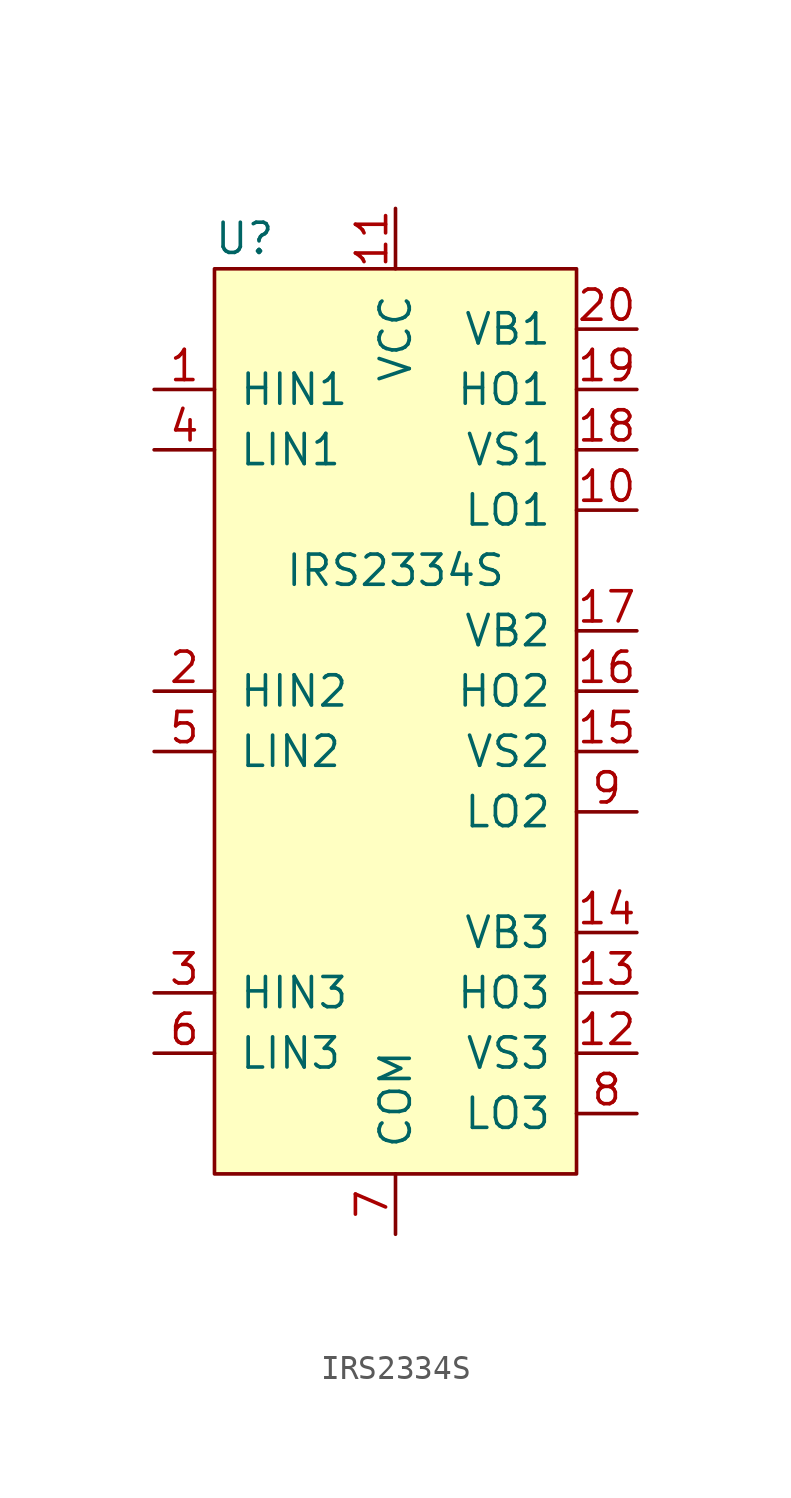
<source format=kicad_sym>
(kicad_symbol_lib
  (version 20220914)
  (generator kicad_symbol_editor)
  (symbol "IRS2334S"
    (pin_names
      (offset 1.016))
    (property "Reference" "U"
      (at -6.35 1.27 0)
      (effects (font (size 1.27 1.27))))
    (property "Value" "IRS2334S"
      (at 0 -12.7 0)
      (effects (font (size 1.27 1.27))))
    (symbol "IRS2334S_0_1"
      (rectangle (start -7.62 0) (end 7.62 -38.1) (stroke (width 0) (type solid)) (fill (type background))))
    (symbol "IRS2334S_1_1"
      (pin input line (at -10.16 -5.08 0) (length 2.54) (name "HIN1" (effects (font (size 1.27 1.27)))) (number "1" (effects (font (size 1.27 1.27)))))
      (pin output line (at 10.16 -10.16 180) (length 2.54) (name "LO1" (effects (font (size 1.27 1.27)))) (number "10" (effects (font (size 1.27 1.27)))))
      (pin power_in line (at 0 2.54 270) (length 2.54) (name "VCC" (effects (font (size 1.27 1.27)))) (number "11" (effects (font (size 1.27 1.27)))))
      (pin power_in line (at 10.16 -33.02 180) (length 2.54) (name "VS3" (effects (font (size 1.27 1.27)))) (number "12" (effects (font (size 1.27 1.27)))))
      (pin output line (at 10.16 -30.48 180) (length 2.54) (name "HO3" (effects (font (size 1.27 1.27)))) (number "13" (effects (font (size 1.27 1.27)))))
      (pin power_in line (at 10.16 -27.94 180) (length 2.54) (name "VB3" (effects (font (size 1.27 1.27)))) (number "14" (effects (font (size 1.27 1.27)))))
      (pin power_in line (at 10.16 -20.32 180) (length 2.54) (name "VS2" (effects (font (size 1.27 1.27)))) (number "15" (effects (font (size 1.27 1.27)))))
      (pin output line (at 10.16 -17.78 180) (length 2.54) (name "HO2" (effects (font (size 1.27 1.27)))) (number "16" (effects (font (size 1.27 1.27)))))
      (pin power_in line (at 10.16 -15.24 180) (length 2.54) (name "VB2" (effects (font (size 1.27 1.27)))) (number "17" (effects (font (size 1.27 1.27)))))
      (pin power_in line (at 10.16 -7.62 180) (length 2.54) (name "VS1" (effects (font (size 1.27 1.27)))) (number "18" (effects (font (size 1.27 1.27)))))
      (pin output line (at 10.16 -5.08 180) (length 2.54) (name "HO1" (effects (font (size 1.27 1.27)))) (number "19" (effects (font (size 1.27 1.27)))))
      (pin input line (at -10.16 -17.78 0) (length 2.54) (name "HIN2" (effects (font (size 1.27 1.27)))) (number "2" (effects (font (size 1.27 1.27)))))
      (pin power_in line (at 10.16 -2.54 180) (length 2.54) (name "VB1" (effects (font (size 1.27 1.27)))) (number "20" (effects (font (size 1.27 1.27)))))
      (pin input line (at -10.16 -30.48 0) (length 2.54) (name "HIN3" (effects (font (size 1.27 1.27)))) (number "3" (effects (font (size 1.27 1.27)))))
      (pin input line (at -10.16 -7.62 0) (length 2.54) (name "LIN1" (effects (font (size 1.27 1.27)))) (number "4" (effects (font (size 1.27 1.27)))))
      (pin input line (at -10.16 -20.32 0) (length 2.54) (name "LIN2" (effects (font (size 1.27 1.27)))) (number "5" (effects (font (size 1.27 1.27)))))
      (pin input line (at -10.16 -33.02 0) (length 2.54) (name "LIN3" (effects (font (size 1.27 1.27)))) (number "6" (effects (font (size 1.27 1.27)))))
      (pin power_in line (at 0 -40.64 90) (length 2.54) (name "COM" (effects (font (size 1.27 1.27)))) (number "7" (effects (font (size 1.27 1.27)))))
      (pin output line (at 10.16 -35.56 180) (length 2.54) (name "LO3" (effects (font (size 1.27 1.27)))) (number "8" (effects (font (size 1.27 1.27)))))
      (pin output line (at 10.16 -22.86 180) (length 2.54) (name "LO2" (effects (font (size 1.27 1.27)))) (number "9" (effects (font (size 1.27 1.27))))))))
</source>
